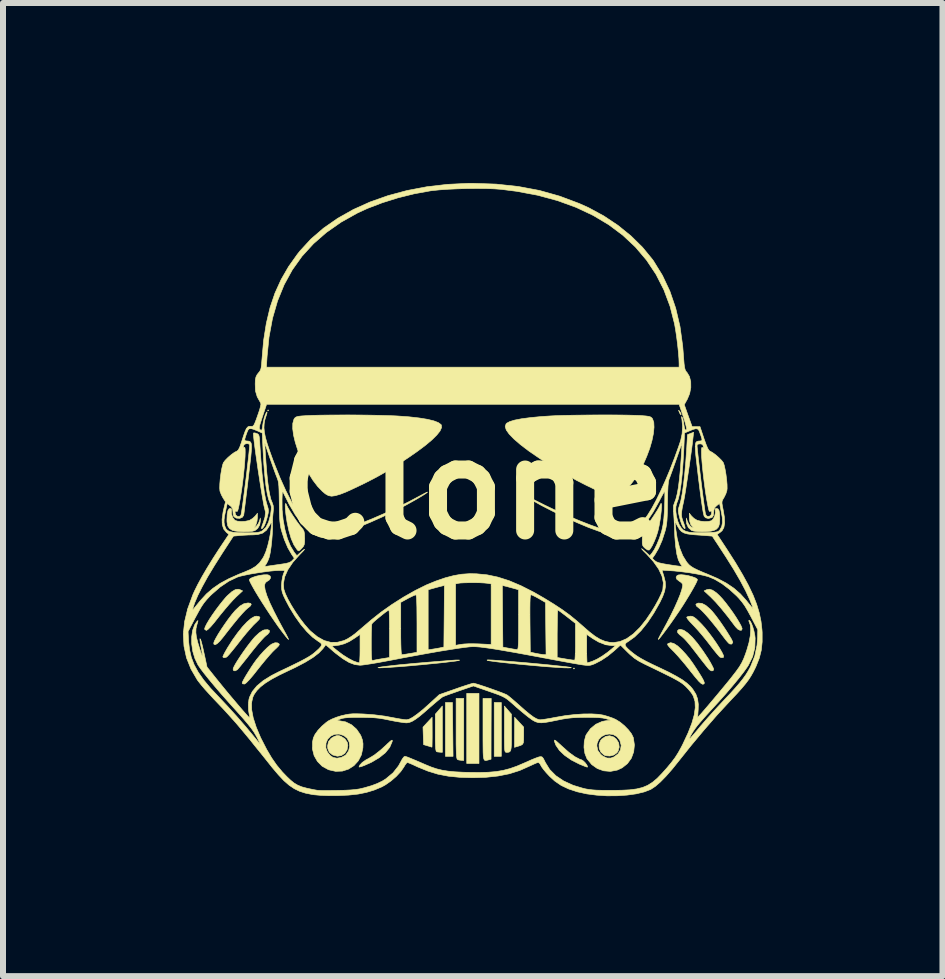
<source format=kicad_pcb>
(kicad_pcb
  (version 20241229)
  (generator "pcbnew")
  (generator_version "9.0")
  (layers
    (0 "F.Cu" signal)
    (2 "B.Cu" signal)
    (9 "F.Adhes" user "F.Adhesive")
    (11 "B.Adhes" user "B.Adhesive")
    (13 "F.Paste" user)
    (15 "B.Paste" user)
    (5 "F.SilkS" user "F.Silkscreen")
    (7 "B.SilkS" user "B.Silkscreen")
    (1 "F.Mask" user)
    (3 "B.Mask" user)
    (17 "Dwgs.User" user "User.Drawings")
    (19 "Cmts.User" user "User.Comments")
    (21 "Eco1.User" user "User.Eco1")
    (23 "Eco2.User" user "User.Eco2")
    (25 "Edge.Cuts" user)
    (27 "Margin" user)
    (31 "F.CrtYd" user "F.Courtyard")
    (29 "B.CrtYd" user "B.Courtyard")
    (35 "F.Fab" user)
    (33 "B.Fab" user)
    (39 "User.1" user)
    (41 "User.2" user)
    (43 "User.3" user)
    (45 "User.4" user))
  (footprint "Clone"
    (layer "F.Cu")
    (at 4.83 5.101)
    (property "Reference" "Clone" (at 0 0 0) (layer "F.SilkS") (effects (font (size 1.524 1.524) (thickness 0.3))))
    (attr through_hole)
    (fp_poly (pts (xy -3.404 -1.312) (xy -3.412 -1.304) (xy -3.421 -1.312) (xy -3.412 -1.321) (xy -3.404 -1.312)) (stroke (width 0.01) (type solid)) (fill yes) (layer "F.SilkS"))
    (fp_poly (pts (xy 0.102 4.572) (xy -0.102 4.572) (xy -0.102 3.404) (xy 0.102 3.404) (xy 0.102 4.572)) (stroke (width 0.01) (type solid)) (fill yes) (layer "F.SilkS"))
    (fp_poly (pts (xy 0.474 4.453) (xy 0.356 4.453) (xy 0.356 3.556) (xy 0.474 3.556) (xy 0.474 4.453)) (stroke (width 0.01) (type solid)) (fill yes) (layer "F.SilkS"))
    (fp_poly (pts (xy 1.693 2.989) (xy 1.685 2.997) (xy 1.676 2.989) (xy 1.685 2.98) (xy 1.693 2.989)) (stroke (width 0.01) (type solid)) (fill yes) (layer "F.SilkS"))
    (fp_poly (pts (xy -0.335 4.005) (xy -0.33 4.453) (xy -0.394 4.453) (xy -0.457 4.453) (xy -0.457 3.556) (xy -0.34 3.556) (xy -0.335 4.005)) (stroke (width 0.01) (type solid)) (fill yes) (layer "F.SilkS"))
    (fp_poly (pts (xy 3.446 -1.296) (xy 3.466 -1.266) (xy 3.471 -1.25) (xy 3.467 -1.237) (xy 3.453 -1.255) (xy 3.44 -1.283) (xy 3.428 -1.313) (xy 3.43 -1.315) (xy 3.446 -1.296)) (stroke (width 0.01) (type solid)) (fill yes) (layer "F.SilkS"))
    (fp_poly (pts (xy -0.508 4.386) (xy -0.546 4.384) (xy -0.586 4.38) (xy -0.605 4.375) (xy -0.613 4.362) (xy -0.619 4.33) (xy -0.623 4.275) (xy -0.626 4.193) (xy -0.626 4.081) (xy -0.626 4.058) (xy -0.626 3.751) (xy -0.509 3.615) (xy -0.508 4.386)) (stroke (width 0.01) (type solid)) (fill yes) (layer "F.SilkS"))
    (fp_poly (pts (xy 0.771 3.884) (xy 0.847 3.966) (xy 0.847 4.108) (xy 0.846 4.179) (xy 0.842 4.224) (xy 0.829 4.251) (xy 0.803 4.268) (xy 0.757 4.284) (xy 0.732 4.291) (xy 0.694 4.303) (xy 0.695 4.052) (xy 0.696 3.802) (xy 0.771 3.884)) (stroke (width 0.01) (type solid)) (fill yes) (layer "F.SilkS"))
    (fp_poly (pts (xy -0.678 4.051) (xy -0.678 4.139) (xy -0.679 4.213) (xy -0.68 4.267) (xy -0.681 4.296) (xy -0.682 4.3) (xy -0.699 4.295) (xy -0.737 4.283) (xy -0.754 4.278) (xy -0.821 4.258) (xy -0.826 4.112) (xy -0.831 3.967) (xy -0.755 3.884) (xy -0.679 3.802) (xy -0.678 4.051)) (stroke (width 0.01) (type solid)) (fill yes) (layer "F.SilkS"))
    (fp_poly (pts (xy -0.216 3.488) (xy -0.152 3.488) (xy -0.152 4.521) (xy -0.191 4.52) (xy -0.233 4.514) (xy -0.254 4.507) (xy -0.261 4.5) (xy -0.267 4.483) (xy -0.272 4.453) (xy -0.275 4.407) (xy -0.277 4.34) (xy -0.279 4.25) (xy -0.279 4.133) (xy -0.279 3.992) (xy -0.279 3.488) (xy -0.216 3.488)) (stroke (width 0.01) (type solid)) (fill yes) (layer "F.SilkS"))
    (fp_poly (pts (xy 0.304 3.995) (xy 0.303 4.501) (xy 0.266 4.511) (xy 0.239 4.518) (xy 0.217 4.523) (xy 0.201 4.521) (xy 0.189 4.51) (xy 0.18 4.485) (xy 0.174 4.444) (xy 0.171 4.384) (xy 0.17 4.301) (xy 0.169 4.191) (xy 0.169 4.052) (xy 0.169 4.005) (xy 0.169 3.488) (xy 0.306 3.488) (xy 0.304 3.995)) (stroke (width 0.01) (type solid)) (fill yes) (layer "F.SilkS"))
    (fp_poly (pts (xy 2.346 4.13) (xy 2.392 4.167) (xy 2.43 4.23) (xy 2.439 4.299) (xy 2.42 4.366) (xy 2.4 4.394) (xy 2.349 4.431) (xy 2.283 4.448) (xy 2.217 4.443) (xy 2.186 4.431) (xy 2.133 4.383) (xy 2.105 4.32) (xy 2.103 4.253) (xy 2.129 4.188) (xy 2.149 4.164) (xy 2.213 4.121) (xy 2.28 4.11) (xy 2.346 4.13)) (stroke (width 0.01) (type solid)) (fill yes) (layer "F.SilkS"))
    (fp_poly (pts (xy -2.225 4.11) (xy -2.195 4.121) (xy -2.132 4.162) (xy -2.093 4.219) (xy -2.083 4.27) (xy -2.097 4.346) (xy -2.135 4.404) (xy -2.191 4.44) (xy -2.258 4.451) (xy -2.33 4.432) (xy -2.341 4.427) (xy -2.392 4.385) (xy -2.417 4.327) (xy -2.421 4.281) (xy -2.406 4.209) (xy -2.361 4.152) (xy -2.309 4.121) (xy -2.264 4.107) (xy -2.225 4.11)) (stroke (width 0.01) (type solid)) (fill yes) (layer "F.SilkS"))
    (fp_poly (pts (xy 0.643 3.751) (xy 0.643 4.058) (xy 0.643 4.171) (xy 0.642 4.254) (xy 0.638 4.313) (xy 0.631 4.351) (xy 0.619 4.372) (xy 0.602 4.383) (xy 0.577 4.386) (xy 0.557 4.386) (xy 0.547 4.384) (xy 0.539 4.377) (xy 0.533 4.36) (xy 0.529 4.329) (xy 0.527 4.281) (xy 0.526 4.21) (xy 0.525 4.113) (xy 0.526 4) (xy 0.526 3.615) (xy 0.643 3.751)) (stroke (width 0.01) (type solid)) (fill yes) (layer "F.SilkS"))
    (fp_poly (pts (xy -1.343 4.199) (xy -1.345 4.208) (xy -1.385 4.302) (xy -1.457 4.392) (xy -1.56 4.475) (xy -1.69 4.552) (xy -1.811 4.606) (xy -1.858 4.623) (xy -1.889 4.631) (xy -1.897 4.63) (xy -1.882 4.596) (xy -1.842 4.554) (xy -1.783 4.513) (xy -1.734 4.487) (xy -1.643 4.432) (xy -1.54 4.351) (xy -1.479 4.296) (xy -1.418 4.239) (xy -1.377 4.202) (xy -1.353 4.185) (xy -1.343 4.185) (xy -1.343 4.199)) (stroke (width 0.01) (type solid)) (fill yes) (layer "F.SilkS"))
    (fp_poly (pts (xy 1.381 4.191) (xy 1.414 4.22) (xy 1.467 4.268) (xy 1.487 4.286) (xy 1.599 4.386) (xy 1.698 4.458) (xy 1.781 4.502) (xy 1.813 4.512) (xy 1.84 4.529) (xy 1.871 4.559) (xy 1.897 4.593) (xy 1.911 4.622) (xy 1.909 4.633) (xy 1.892 4.629) (xy 1.852 4.614) (xy 1.796 4.591) (xy 1.772 4.581) (xy 1.641 4.514) (xy 1.53 4.437) (xy 1.443 4.355) (xy 1.384 4.269) (xy 1.361 4.208) (xy 1.358 4.188) (xy 1.363 4.182) (xy 1.381 4.191)) (stroke (width 0.01) (type solid)) (fill yes) (layer "F.SilkS"))
    (fp_poly (pts (xy 3.994 1.684) (xy 4.056 1.726) (xy 4.107 1.773) (xy 4.157 1.826) (xy 4.214 1.895) (xy 4.273 1.973) (xy 4.333 2.056) (xy 4.387 2.137) (xy 4.433 2.212) (xy 4.467 2.273) (xy 4.485 2.317) (xy 4.487 2.329) (xy 4.477 2.351) (xy 4.451 2.352) (xy 4.415 2.333) (xy 4.379 2.296) (xy 4.374 2.29) (xy 4.25 2.126) (xy 4.141 1.991) (xy 4.047 1.883) (xy 3.968 1.802) (xy 3.966 1.8) (xy 3.854 1.696) (xy 3.897 1.676) (xy 3.943 1.668) (xy 3.994 1.684)) (stroke (width 0.01) (type solid)) (fill yes) (layer "F.SilkS"))
    (fp_poly (pts (xy -3.88 1.676) (xy -3.837 1.696) (xy -3.949 1.8) (xy -3.999 1.851) (xy -4.063 1.922) (xy -4.133 2.004) (xy -4.204 2.09) (xy -4.235 2.129) (xy -4.308 2.222) (xy -4.367 2.291) (xy -4.411 2.335) (xy -4.437 2.353) (xy -4.439 2.354) (xy -4.465 2.342) (xy -4.47 2.328) (xy -4.46 2.295) (xy -4.432 2.24) (xy -4.391 2.171) (xy -4.339 2.092) (xy -4.281 2.01) (xy -4.22 1.929) (xy -4.161 1.855) (xy -4.108 1.793) (xy -4.087 1.772) (xy -4.017 1.71) (xy -3.96 1.676) (xy -3.912 1.668) (xy -3.88 1.676)) (stroke (width 0.01) (type solid)) (fill yes) (layer "F.SilkS"))
    (fp_poly (pts (xy -3.703 1.904) (xy -3.693 1.923) (xy -3.713 1.953) (xy -3.752 1.983) (xy -3.788 2.015) (xy -3.842 2.072) (xy -3.912 2.152) (xy -3.994 2.252) (xy -4.088 2.371) (xy -4.166 2.472) (xy -4.22 2.536) (xy -4.264 2.577) (xy -4.296 2.593) (xy -4.315 2.584) (xy -4.318 2.565) (xy -4.308 2.533) (xy -4.281 2.481) (xy -4.241 2.412) (xy -4.191 2.334) (xy -4.135 2.251) (xy -4.077 2.169) (xy -4.02 2.094) (xy -3.968 2.032) (xy -3.955 2.018) (xy -3.883 1.95) (xy -3.816 1.91) (xy -3.749 1.897) (xy -3.743 1.897) (xy -3.703 1.904)) (stroke (width 0.01) (type solid)) (fill yes) (layer "F.SilkS"))
    (fp_poly (pts (xy 3.515 2.352) (xy 3.581 2.397) (xy 3.657 2.469) (xy 3.741 2.568) (xy 3.831 2.691) (xy 3.917 2.82) (xy 3.957 2.886) (xy 3.988 2.944) (xy 4.008 2.985) (xy 4.013 3.002) (xy 4.002 3.027) (xy 3.974 3.028) (xy 3.943 3.01) (xy 3.924 2.99) (xy 3.889 2.947) (xy 3.842 2.888) (xy 3.787 2.818) (xy 3.756 2.777) (xy 3.677 2.675) (xy 3.615 2.596) (xy 3.564 2.536) (xy 3.522 2.491) (xy 3.484 2.456) (xy 3.447 2.428) (xy 3.414 2.393) (xy 3.409 2.362) (xy 3.431 2.341) (xy 3.46 2.337) (xy 3.515 2.352)) (stroke (width 0.01) (type solid)) (fill yes) (layer "F.SilkS"))
    (fp_poly (pts (xy -3.563 2.123) (xy -3.548 2.141) (xy -3.562 2.172) (xy -3.607 2.218) (xy -3.619 2.229) (xy -3.658 2.267) (xy -3.711 2.326) (xy -3.775 2.4) (xy -3.842 2.482) (xy -3.892 2.546) (xy -3.954 2.625) (xy -4.01 2.694) (xy -4.057 2.75) (xy -4.091 2.787) (xy -4.108 2.801) (xy -4.148 2.81) (xy -4.165 2.798) (xy -4.166 2.792) (xy -4.157 2.77) (xy -4.135 2.726) (xy -4.103 2.67) (xy -4.088 2.644) (xy -4.004 2.512) (xy -3.92 2.395) (xy -3.839 2.294) (xy -3.763 2.213) (xy -3.695 2.155) (xy -3.638 2.123) (xy -3.609 2.117) (xy -3.563 2.123)) (stroke (width 0.01) (type solid)) (fill yes) (layer "F.SilkS"))
    (fp_poly (pts (xy -3.391 2.355) (xy -3.39 2.382) (xy -3.418 2.418) (xy -3.447 2.44) (xy -3.476 2.467) (xy -3.521 2.515) (xy -3.578 2.58) (xy -3.641 2.656) (xy -3.704 2.735) (xy -3.767 2.816) (xy -3.825 2.888) (xy -3.873 2.948) (xy -3.908 2.99) (xy -3.926 3.01) (xy -3.926 3.01) (xy -3.963 3.029) (xy -3.988 3.023) (xy -3.996 3) (xy -3.986 2.97) (xy -3.96 2.92) (xy -3.92 2.854) (xy -3.87 2.778) (xy -3.815 2.698) (xy -3.758 2.619) (xy -3.703 2.547) (xy -3.654 2.487) (xy -3.627 2.457) (xy -3.561 2.396) (xy -3.504 2.357) (xy -3.476 2.346) (xy -3.42 2.342) (xy -3.391 2.355)) (stroke (width 0.01) (type solid)) (fill yes) (layer "F.SilkS"))
    (fp_poly (pts (xy -3.113 0.246) (xy -3.101 0.273) (xy -3.081 0.313) (xy -3.045 0.373) (xy -3 0.442) (xy -2.952 0.513) (xy -2.905 0.578) (xy -2.865 0.629) (xy -2.861 0.633) (xy -2.831 0.67) (xy -2.814 0.703) (xy -2.806 0.744) (xy -2.804 0.805) (xy -2.803 0.817) (xy -2.804 0.882) (xy -2.81 0.924) (xy -2.823 0.953) (xy -2.847 0.982) (xy -2.85 0.985) (xy -2.883 1.018) (xy -2.902 1.029) (xy -2.916 1.023) (xy -2.933 1.003) (xy -2.982 0.929) (xy -3.027 0.826) (xy -3.065 0.697) (xy -3.097 0.547) (xy -3.116 0.417) (xy -3.125 0.327) (xy -3.127 0.269) (xy -3.124 0.241) (xy -3.113 0.246)) (stroke (width 0.01) (type solid)) (fill yes) (layer "F.SilkS"))
    (fp_poly (pts (xy 3.35 2.573) (xy 3.413 2.614) (xy 3.488 2.685) (xy 3.49 2.687) (xy 3.553 2.756) (xy 3.61 2.825) (xy 3.666 2.903) (xy 3.728 2.997) (xy 3.766 3.056) (xy 3.814 3.134) (xy 3.844 3.189) (xy 3.857 3.224) (xy 3.854 3.244) (xy 3.837 3.251) (xy 3.828 3.251) (xy 3.803 3.238) (xy 3.762 3.199) (xy 3.705 3.132) (xy 3.629 3.038) (xy 3.621 3.027) (xy 3.553 2.941) (xy 3.482 2.856) (xy 3.415 2.779) (xy 3.358 2.717) (xy 3.337 2.696) (xy 3.284 2.643) (xy 3.254 2.608) (xy 3.244 2.587) (xy 3.251 2.574) (xy 3.252 2.573) (xy 3.297 2.559) (xy 3.35 2.573)) (stroke (width 0.01) (type solid)) (fill yes) (layer "F.SilkS"))
    (fp_poly (pts (xy 3.817 1.904) (xy 3.881 1.937) (xy 3.953 1.999) (xy 3.983 2.03) (xy 4.024 2.079) (xy 4.073 2.143) (xy 4.127 2.217) (xy 4.181 2.296) (xy 4.231 2.372) (xy 4.275 2.443) (xy 4.309 2.5) (xy 4.328 2.541) (xy 4.331 2.555) (xy 4.314 2.582) (xy 4.283 2.581) (xy 4.266 2.57) (xy 4.243 2.546) (xy 4.208 2.504) (xy 4.168 2.451) (xy 4.165 2.447) (xy 4.088 2.345) (xy 4.01 2.247) (xy 3.936 2.157) (xy 3.869 2.081) (xy 3.813 2.023) (xy 3.773 1.986) (xy 3.768 1.983) (xy 3.726 1.948) (xy 3.716 1.921) (xy 3.738 1.904) (xy 3.758 1.899) (xy 3.817 1.904)) (stroke (width 0.01) (type solid)) (fill yes) (layer "F.SilkS"))
    (fp_poly (pts (xy -3.257 2.562) (xy -3.234 2.574) (xy -3.225 2.587) (xy -3.233 2.607) (xy -3.262 2.638) (xy -3.298 2.672) (xy -3.339 2.712) (xy -3.394 2.773) (xy -3.458 2.848) (xy -3.527 2.932) (xy -3.579 2.997) (xy -3.662 3.102) (xy -3.728 3.179) (xy -3.775 3.227) (xy -3.804 3.248) (xy -3.807 3.248) (xy -3.837 3.244) (xy -3.844 3.23) (xy -3.835 3.205) (xy -3.811 3.159) (xy -3.776 3.099) (xy -3.733 3.03) (xy -3.688 2.959) (xy -3.644 2.894) (xy -3.604 2.839) (xy -3.604 2.839) (xy -3.545 2.767) (xy -3.483 2.698) (xy -3.423 2.639) (xy -3.372 2.596) (xy -3.349 2.581) (xy -3.297 2.56) (xy -3.257 2.562)) (stroke (width 0.01) (type solid)) (fill yes) (layer "F.SilkS"))
    (fp_poly (pts (xy -0.221 2.85) (xy -0.222 2.852) (xy -0.242 2.857) (xy -0.292 2.866) (xy -0.367 2.875) (xy -0.463 2.887) (xy -0.574 2.899) (xy -0.697 2.911) (xy -0.826 2.924) (xy -0.959 2.936) (xy -1.089 2.948) (xy -1.213 2.958) (xy -1.327 2.966) (xy -1.425 2.973) (xy -1.503 2.977) (xy -1.557 2.978) (xy -1.563 2.978) (xy -1.581 2.976) (xy -1.567 2.971) (xy -1.523 2.963) (xy -1.45 2.953) (xy -1.389 2.946) (xy -1.302 2.936) (xy -1.211 2.926) (xy -1.111 2.917) (xy -0.998 2.906) (xy -0.867 2.895) (xy -0.715 2.882) (xy -0.538 2.868) (xy -0.339 2.852) (xy -0.28 2.848) (xy -0.238 2.848) (xy -0.221 2.85)) (stroke (width 0.01) (type solid)) (fill yes) (layer "F.SilkS"))
    (fp_poly (pts (xy 3.656 2.12) (xy 3.685 2.134) (xy 3.721 2.161) (xy 3.769 2.207) (xy 3.818 2.257) (xy 3.873 2.319) (xy 3.934 2.396) (xy 3.997 2.48) (xy 4.057 2.566) (xy 4.109 2.647) (xy 4.15 2.717) (xy 4.175 2.769) (xy 4.178 2.78) (xy 4.175 2.805) (xy 4.146 2.808) (xy 4.119 2.8) (xy 4.102 2.784) (xy 4.068 2.745) (xy 4.023 2.69) (xy 3.97 2.622) (xy 3.942 2.585) (xy 3.876 2.501) (xy 3.805 2.415) (xy 3.737 2.337) (xy 3.68 2.275) (xy 3.67 2.265) (xy 3.621 2.214) (xy 3.585 2.172) (xy 3.566 2.142) (xy 3.564 2.134) (xy 3.587 2.122) (xy 3.628 2.117) (xy 3.629 2.117) (xy 3.656 2.12)) (stroke (width 0.01) (type solid)) (fill yes) (layer "F.SilkS"))
    (fp_poly (pts (xy 3.142 0.242) (xy 3.145 0.269) (xy 3.143 0.315) (xy 3.138 0.376) (xy 3.13 0.447) (xy 3.119 0.522) (xy 3.106 0.599) (xy 3.091 0.671) (xy 3.08 0.715) (xy 3.054 0.794) (xy 3.022 0.873) (xy 2.989 0.943) (xy 2.957 0.995) (xy 2.939 1.015) (xy 2.914 1.015) (xy 2.874 0.988) (xy 2.87 0.985) (xy 2.844 0.96) (xy 2.829 0.935) (xy 2.823 0.902) (xy 2.823 0.85) (xy 2.824 0.815) (xy 2.828 0.748) (xy 2.837 0.702) (xy 2.854 0.666) (xy 2.883 0.625) (xy 2.895 0.612) (xy 2.935 0.559) (xy 2.982 0.494) (xy 3.029 0.423) (xy 3.072 0.356) (xy 3.105 0.299) (xy 3.122 0.264) (xy 3.134 0.239) (xy 3.142 0.242)) (stroke (width 0.01) (type solid)) (fill yes) (layer "F.SilkS"))
    (fp_poly (pts (xy 0.284 2.847) (xy 0.331 2.849) (xy 0.4 2.854) (xy 0.496 2.862) (xy 0.61 2.87) (xy 0.727 2.88) (xy 0.853 2.89) (xy 0.982 2.902) (xy 1.112 2.914) (xy 1.237 2.926) (xy 1.353 2.938) (xy 1.455 2.949) (xy 1.539 2.958) (xy 1.601 2.966) (xy 1.635 2.972) (xy 1.641 2.973) (xy 1.631 2.978) (xy 1.591 2.979) (xy 1.524 2.978) (xy 1.434 2.973) (xy 1.325 2.966) (xy 1.199 2.957) (xy 1.075 2.946) (xy 0.919 2.932) (xy 0.771 2.918) (xy 0.634 2.904) (xy 0.511 2.891) (xy 0.407 2.879) (xy 0.325 2.868) (xy 0.269 2.86) (xy 0.241 2.854) (xy 0.24 2.853) (xy 0.237 2.849) (xy 0.241 2.847) (xy 0.255 2.846) (xy 0.284 2.847)) (stroke (width 0.01) (type solid)) (fill yes) (layer "F.SilkS"))
    (fp_poly (pts (xy -3.41 1.43) (xy -3.377 1.45) (xy -3.371 1.48) (xy -3.392 1.513) (xy -3.421 1.532) (xy -3.457 1.558) (xy -3.47 1.594) (xy -3.471 1.617) (xy -3.461 1.683) (xy -3.432 1.776) (xy -3.383 1.895) (xy -3.314 2.039) (xy -3.227 2.208) (xy -3.141 2.366) (xy -3.108 2.426) (xy -3.084 2.474) (xy -3.072 2.501) (xy -3.072 2.506) (xy -3.085 2.494) (xy -3.114 2.46) (xy -3.153 2.41) (xy -3.182 2.372) (xy -3.242 2.292) (xy -3.307 2.198) (xy -3.376 2.097) (xy -3.446 1.991) (xy -3.513 1.887) (xy -3.576 1.786) (xy -3.631 1.695) (xy -3.675 1.617) (xy -3.707 1.557) (xy -3.724 1.518) (xy -3.725 1.509) (xy -3.71 1.49) (xy -3.669 1.471) (xy -3.613 1.452) (xy -3.548 1.437) (xy -3.485 1.428) (xy -3.431 1.427) (xy -3.41 1.43)) (stroke (width 0.01) (type solid)) (fill yes) (layer "F.SilkS"))
    (fp_poly (pts (xy 3.667 -0.842) (xy 3.658 -0.762) (xy 3.645 -0.661) (xy 3.629 -0.545) (xy 3.611 -0.42) (xy 3.592 -0.291) (xy 3.573 -0.165) (xy 3.555 -0.047) (xy 3.539 0.057) (xy 3.525 0.14) (xy 3.514 0.198) (xy 3.512 0.209) (xy 3.491 0.302) (xy 3.48 0.372) (xy 3.476 0.426) (xy 3.482 0.472) (xy 3.496 0.519) (xy 3.51 0.557) (xy 3.531 0.615) (xy 3.538 0.65) (xy 3.531 0.66) (xy 3.512 0.642) (xy 3.497 0.621) (xy 3.48 0.585) (xy 3.46 0.528) (xy 3.443 0.467) (xy 3.429 0.404) (xy 3.423 0.361) (xy 3.427 0.324) (xy 3.44 0.281) (xy 3.443 0.274) (xy 3.467 0.187) (xy 3.49 0.068) (xy 3.511 -0.081) (xy 3.531 -0.26) (xy 3.549 -0.467) (xy 3.565 -0.7) (xy 3.566 -0.721) (xy 3.577 -0.908) (xy 3.628 -0.928) (xy 3.679 -0.947) (xy 3.667 -0.842)) (stroke (width 0.01) (type solid)) (fill yes) (layer "F.SilkS"))
    (fp_poly (pts (xy -4.022 0.329) (xy -4.021 0.356) (xy -4.022 0.36) (xy -4.022 0.415) (xy -4.002 0.473) (xy -3.968 0.517) (xy -3.966 0.519) (xy -3.925 0.534) (xy -3.864 0.54) (xy -3.797 0.537) (xy -3.735 0.524) (xy -3.719 0.519) (xy -3.669 0.488) (xy -3.627 0.449) (xy -3.59 0.402) (xy -3.59 0.473) (xy -3.597 0.533) (xy -3.614 0.59) (xy -3.618 0.598) (xy -3.645 0.652) (xy -3.609 0.619) (xy -3.577 0.579) (xy -3.557 0.535) (xy -3.542 0.483) (xy -3.541 0.53) (xy -3.552 0.597) (xy -3.586 0.655) (xy -3.632 0.691) (xy -3.678 0.703) (xy -3.746 0.709) (xy -3.825 0.71) (xy -3.903 0.706) (xy -3.97 0.697) (xy -4.008 0.687) (xy -4.057 0.656) (xy -4.085 0.612) (xy -4.097 0.547) (xy -4.098 0.511) (xy -4.094 0.419) (xy -4.082 0.359) (xy -4.062 0.327) (xy -4.045 0.322) (xy -4.022 0.329)) (stroke (width 0.01) (type solid)) (fill yes) (layer "F.SilkS"))
    (fp_poly (pts (xy 3.532 1.432) (xy 3.597 1.444) (xy 3.659 1.461) (xy 3.709 1.48) (xy 3.738 1.5) (xy 3.742 1.509) (xy 3.733 1.537) (xy 3.707 1.59) (xy 3.667 1.663) (xy 3.614 1.754) (xy 3.55 1.859) (xy 3.5 1.939) (xy 3.455 2.008) (xy 3.402 2.086) (xy 3.345 2.169) (xy 3.286 2.253) (xy 3.229 2.331) (xy 3.177 2.401) (xy 3.135 2.456) (xy 3.105 2.493) (xy 3.09 2.506) (xy 3.09 2.506) (xy 3.093 2.493) (xy 3.11 2.457) (xy 3.138 2.405) (xy 3.15 2.383) (xy 3.228 2.24) (xy 3.3 2.101) (xy 3.363 1.972) (xy 3.415 1.855) (xy 3.456 1.754) (xy 3.483 1.672) (xy 3.496 1.613) (xy 3.495 1.584) (xy 3.473 1.557) (xy 3.435 1.531) (xy 3.435 1.531) (xy 3.398 1.501) (xy 3.387 1.468) (xy 3.403 1.441) (xy 3.427 1.43) (xy 3.472 1.426) (xy 3.532 1.432)) (stroke (width 0.01) (type solid)) (fill yes) (layer "F.SilkS"))
    (fp_poly (pts (xy -3.622 -0.934) (xy -3.609 -0.929) (xy -3.587 -0.921) (xy -3.573 -0.909) (xy -3.563 -0.887) (xy -3.557 -0.848) (xy -3.552 -0.787) (xy -3.549 -0.731) (xy -3.532 -0.484) (xy -3.514 -0.269) (xy -3.494 -0.087) (xy -3.474 0.062) (xy -3.452 0.18) (xy -3.428 0.267) (xy -3.426 0.274) (xy -3.412 0.319) (xy -3.407 0.355) (xy -3.41 0.397) (xy -3.424 0.457) (xy -3.426 0.467) (xy -3.451 0.55) (xy -3.477 0.613) (xy -3.503 0.651) (xy -3.521 0.66) (xy -3.522 0.646) (xy -3.513 0.61) (xy -3.495 0.563) (xy -3.464 0.466) (xy -3.456 0.384) (xy -3.473 0.31) (xy -3.481 0.279) (xy -3.492 0.218) (xy -3.507 0.135) (xy -3.524 0.032) (xy -3.543 -0.084) (xy -3.562 -0.209) (xy -3.582 -0.338) (xy -3.6 -0.466) (xy -3.618 -0.588) (xy -3.633 -0.699) (xy -3.645 -0.794) (xy -3.653 -0.868) (xy -3.657 -0.916) (xy -3.658 -0.925) (xy -3.65 -0.938) (xy -3.622 -0.934)) (stroke (width 0.01) (type solid)) (fill yes) (layer "F.SilkS"))
    (fp_poly (pts (xy 4.086 0.33) (xy 4.103 0.359) (xy 4.112 0.413) (xy 4.115 0.496) (xy 4.115 0.496) (xy 4.11 0.575) (xy 4.094 0.629) (xy 4.062 0.665) (xy 4.021 0.687) (xy 3.97 0.7) (xy 3.9 0.708) (xy 3.821 0.71) (xy 3.744 0.708) (xy 3.68 0.699) (xy 3.643 0.688) (xy 3.591 0.641) (xy 3.562 0.575) (xy 3.558 0.533) (xy 3.559 0.483) (xy 3.573 0.531) (xy 3.595 0.58) (xy 3.626 0.62) (xy 3.657 0.642) (xy 3.664 0.643) (xy 3.674 0.638) (xy 3.664 0.631) (xy 3.631 0.59) (xy 3.611 0.527) (xy 3.607 0.473) (xy 3.607 0.402) (xy 3.644 0.449) (xy 3.686 0.489) (xy 3.736 0.519) (xy 3.795 0.534) (xy 3.864 0.541) (xy 3.93 0.538) (xy 3.978 0.526) (xy 3.979 0.525) (xy 4.008 0.494) (xy 4.031 0.445) (xy 4.042 0.391) (xy 4.039 0.356) (xy 4.037 0.329) (xy 4.061 0.322) (xy 4.061 0.322) (xy 4.086 0.33)) (stroke (width 0.01) (type solid)) (fill yes) (layer "F.SilkS"))
    (fp_poly (pts (xy 2.288 -1.236) (xy 2.439 -1.235) (xy 2.575 -1.233) (xy 2.692 -1.23) (xy 2.782 -1.227) (xy 2.81 -1.225) (xy 2.884 -1.219) (xy 2.933 -1.212) (xy 2.963 -1.202) (xy 2.982 -1.187) (xy 2.994 -1.172) (xy 3.015 -1.113) (xy 3.019 -1.031) (xy 3.009 -0.928) (xy 2.985 -0.81) (xy 2.948 -0.681) (xy 2.898 -0.547) (xy 2.852 -0.441) (xy 2.781 -0.302) (xy 2.712 -0.186) (xy 2.636 -0.085) (xy 2.548 0.013) (xy 2.49 0.069) (xy 2.441 0.103) (xy 2.392 0.118) (xy 2.333 0.113) (xy 2.256 0.093) (xy 2.227 0.084) (xy 2.132 0.049) (xy 2.015 -0.003) (xy 1.881 -0.068) (xy 1.734 -0.143) (xy 1.581 -0.227) (xy 1.427 -0.316) (xy 1.276 -0.407) (xy 1.135 -0.497) (xy 1.109 -0.514) (xy 0.937 -0.632) (xy 0.796 -0.739) (xy 0.686 -0.834) (xy 0.606 -0.916) (xy 0.557 -0.985) (xy 0.539 -1.042) (xy 0.553 -1.086) (xy 0.565 -1.099) (xy 0.616 -1.126) (xy 0.699 -1.151) (xy 0.814 -1.173) (xy 0.96 -1.192) (xy 1.135 -1.209) (xy 1.287 -1.219) (xy 1.384 -1.224) (xy 1.506 -1.228) (xy 1.647 -1.231) (xy 1.801 -1.233) (xy 1.963 -1.235) (xy 2.127 -1.236) (xy 2.288 -1.236)) (stroke (width 0.01) (type solid)) (fill yes) (layer "F.SilkS"))
    (fp_poly (pts (xy -1.915 -1.235) (xy -1.746 -1.233) (xy -1.587 -1.23) (xy -1.443 -1.226) (xy -1.319 -1.222) (xy -1.259 -1.219) (xy -1.064 -1.205) (xy -0.897 -1.186) (xy -0.76 -1.164) (xy -0.652 -1.138) (xy -0.576 -1.109) (xy -0.532 -1.077) (xy -0.525 -1.068) (xy -0.522 -1.025) (xy -0.547 -0.969) (xy -0.601 -0.901) (xy -0.682 -0.821) (xy -0.789 -0.731) (xy -0.921 -0.632) (xy -1.076 -0.524) (xy -1.253 -0.409) (xy -1.452 -0.288) (xy -1.487 -0.267) (xy -1.572 -0.219) (xy -1.673 -0.165) (xy -1.784 -0.108) (xy -1.897 -0.053) (xy -2.005 -0.002) (xy -2.101 0.042) (xy -2.178 0.073) (xy -2.207 0.084) (xy -2.291 0.109) (xy -2.354 0.118) (xy -2.407 0.108) (xy -2.458 0.079) (xy -2.507 0.038) (xy -2.586 -0.044) (xy -2.664 -0.146) (xy -2.737 -0.262) (xy -2.805 -0.387) (xy -2.866 -0.519) (xy -2.918 -0.65) (xy -2.959 -0.779) (xy -2.988 -0.899) (xy -3.002 -1.006) (xy -3.001 -1.095) (xy -2.982 -1.163) (xy -2.976 -1.174) (xy -2.961 -1.192) (xy -2.941 -1.204) (xy -2.909 -1.213) (xy -2.858 -1.219) (xy -2.781 -1.224) (xy -2.767 -1.225) (xy -2.674 -1.229) (xy -2.553 -1.232) (xy -2.411 -1.234) (xy -2.253 -1.235) (xy -2.085 -1.236) (xy -1.915 -1.235)) (stroke (width 0.01) (type solid)) (fill yes) (layer "F.SilkS"))
    (fp_poly (pts (xy 0.036 3.24) (xy 0.088 3.255) (xy 0.158 3.278) (xy 0.239 3.305) (xy 0.324 3.335) (xy 0.407 3.365) (xy 0.48 3.392) (xy 0.537 3.415) (xy 0.57 3.43) (xy 0.572 3.432) (xy 0.599 3.452) (xy 0.645 3.49) (xy 0.703 3.54) (xy 0.767 3.596) (xy 0.866 3.684) (xy 0.946 3.75) (xy 1.009 3.797) (xy 1.059 3.826) (xy 1.099 3.841) (xy 1.124 3.844) (xy 1.161 3.84) (xy 1.222 3.831) (xy 1.3 3.818) (xy 1.385 3.801) (xy 1.389 3.801) (xy 1.539 3.775) (xy 1.693 3.757) (xy 1.842 3.747) (xy 1.98 3.746) (xy 2.099 3.753) (xy 2.173 3.766) (xy 2.25 3.788) (xy 2.33 3.816) (xy 2.38 3.838) (xy 2.453 3.883) (xy 2.526 3.943) (xy 2.592 4.011) (xy 2.644 4.079) (xy 2.673 4.139) (xy 2.674 4.141) (xy 2.692 4.263) (xy 2.68 4.378) (xy 2.641 4.484) (xy 2.576 4.574) (xy 2.488 4.644) (xy 2.407 4.682) (xy 2.292 4.704) (xy 2.179 4.694) (xy 2.074 4.656) (xy 1.981 4.59) (xy 1.906 4.498) (xy 1.9 4.489) (xy 1.867 4.405) (xy 1.852 4.306) (xy 1.853 4.279) (xy 2.066 4.279) (xy 2.083 4.356) (xy 2.131 4.421) (xy 2.166 4.449) (xy 2.234 4.481) (xy 2.299 4.482) (xy 2.353 4.462) (xy 2.42 4.411) (xy 2.46 4.345) (xy 2.472 4.27) (xy 2.451 4.192) (xy 2.448 4.184) (xy 2.401 4.125) (xy 2.341 4.091) (xy 2.273 4.081) (xy 2.206 4.092) (xy 2.145 4.123) (xy 2.097 4.173) (xy 2.07 4.238) (xy 2.066 4.279) (xy 1.853 4.279) (xy 1.857 4.204) (xy 1.88 4.113) (xy 1.891 4.089) (xy 1.961 3.991) (xy 2.05 3.918) (xy 2.154 3.872) (xy 2.205 3.862) (xy 2.294 3.85) (xy 2.218 3.826) (xy 2.167 3.815) (xy 2.092 3.807) (xy 1.992 3.804) (xy 1.88 3.803) (xy 1.761 3.805) (xy 1.664 3.81) (xy 1.577 3.819) (xy 1.49 3.833) (xy 1.407 3.85) (xy 1.294 3.873) (xy 1.207 3.888) (xy 1.141 3.894) (xy 1.088 3.89) (xy 1.041 3.875) (xy 0.996 3.85) (xy 0.944 3.813) (xy 0.938 3.809) (xy 0.876 3.76) (xy 0.8 3.697) (xy 0.722 3.631) (xy 0.679 3.592) (xy 0.624 3.544) (xy 0.58 3.507) (xy 0.539 3.479) (xy 0.494 3.455) (xy 0.439 3.431) (xy 0.365 3.404) (xy 0.271 3.371) (xy 0.009 3.28) (xy -0.228 3.361) (xy -0.315 3.392) (xy -0.393 3.419) (xy -0.455 3.442) (xy -0.494 3.458) (xy -0.502 3.461) (xy -0.527 3.479) (xy -0.572 3.515) (xy -0.631 3.564) (xy -0.697 3.621) (xy -0.718 3.639) (xy -0.816 3.725) (xy -0.895 3.791) (xy -0.958 3.837) (xy -1.009 3.868) (xy -1.052 3.886) (xy -1.093 3.894) (xy -1.111 3.895) (xy -1.155 3.891) (xy -1.222 3.881) (xy -1.304 3.867) (xy -1.39 3.85) (xy -1.483 3.831) (xy -1.564 3.818) (xy -1.645 3.81) (xy -1.735 3.806) (xy -1.847 3.804) (xy -1.871 3.804) (xy -1.983 3.804) (xy -2.068 3.807) (xy -2.13 3.812) (xy -2.176 3.82) (xy -2.21 3.831) (xy -2.251 3.848) (xy -2.262 3.856) (xy -2.247 3.859) (xy -2.227 3.86) (xy -2.12 3.879) (xy -2.022 3.927) (xy -1.938 4.001) (xy -1.874 4.095) (xy -1.863 4.118) (xy -1.84 4.182) (xy -1.831 4.242) (xy -1.833 4.312) (xy -1.858 4.429) (xy -1.909 4.528) (xy -1.982 4.608) (xy -2.072 4.666) (xy -2.175 4.699) (xy -2.287 4.703) (xy -2.402 4.677) (xy -2.411 4.673) (xy -2.512 4.617) (xy -2.59 4.538) (xy -2.645 4.442) (xy -2.673 4.332) (xy -2.672 4.31) (xy -2.45 4.31) (xy -2.45 4.312) (xy -2.424 4.38) (xy -2.377 4.44) (xy -2.328 4.472) (xy -2.265 4.484) (xy -2.194 4.472) (xy -2.131 4.439) (xy -2.113 4.424) (xy -2.07 4.36) (xy -2.053 4.288) (xy -2.061 4.216) (xy -2.094 4.153) (xy -2.15 4.107) (xy -2.15 4.107) (xy -2.228 4.082) (xy -2.303 4.086) (xy -2.368 4.115) (xy -2.418 4.165) (xy -2.447 4.231) (xy -2.45 4.31) (xy -2.672 4.31) (xy -2.672 4.214) (xy -2.658 4.146) (xy -2.63 4.087) (xy -2.581 4.019) (xy -2.517 3.951) (xy -2.445 3.889) (xy -2.407 3.862) (xy -2.349 3.832) (xy -2.272 3.801) (xy -2.192 3.776) (xy -2.183 3.774) (xy -2.118 3.759) (xy -2.06 3.749) (xy -1.999 3.744) (xy -1.925 3.744) (xy -1.829 3.747) (xy -1.812 3.748) (xy -1.64 3.761) (xy -1.467 3.783) (xy -1.372 3.801) (xy -1.286 3.817) (xy -1.208 3.831) (xy -1.146 3.84) (xy -1.108 3.844) (xy -1.107 3.844) (xy -1.062 3.834) (xy -1.003 3.803) (xy -0.927 3.749) (xy -0.832 3.673) (xy -0.718 3.571) (xy -0.707 3.561) (xy -0.559 3.425) (xy -0.289 3.33) (xy -0.198 3.298) (xy -0.116 3.271) (xy -0.05 3.25) (xy -0.006 3.237) (xy 0.009 3.234) (xy 0.036 3.24)) (stroke (width 0.01) (type solid)) (fill yes) (layer "F.SilkS"))
    (fp_poly (pts (xy 0.389 -5.083) (xy 0.758 -5.043) (xy 1.11 -4.977) (xy 1.447 -4.882) (xy 1.772 -4.76) (xy 1.93 -4.689) (xy 2.181 -4.553) (xy 2.417 -4.396) (xy 2.633 -4.221) (xy 2.826 -4.031) (xy 2.991 -3.83) (xy 3.01 -3.804) (xy 3.159 -3.562) (xy 3.283 -3.299) (xy 3.38 -3.015) (xy 3.452 -2.709) (xy 3.497 -2.382) (xy 3.506 -2.269) (xy 3.514 -2.165) (xy 3.52 -2.089) (xy 3.527 -2.036) (xy 3.535 -1.999) (xy 3.545 -1.974) (xy 3.559 -1.954) (xy 3.568 -1.945) (xy 3.609 -1.877) (xy 3.631 -1.791) (xy 3.632 -1.693) (xy 3.613 -1.593) (xy 3.574 -1.498) (xy 3.572 -1.495) (xy 3.523 -1.407) (xy 3.588 -1.224) (xy 3.654 -1.041) (xy 3.785 -1.041) (xy 3.851 -0.843) (xy 3.886 -0.746) (xy 3.913 -0.681) (xy 3.936 -0.644) (xy 3.949 -0.634) (xy 3.99 -0.612) (xy 4.043 -0.574) (xy 4.098 -0.526) (xy 4.145 -0.479) (xy 4.174 -0.441) (xy 4.174 -0.441) (xy 4.189 -0.396) (xy 4.204 -0.327) (xy 4.218 -0.245) (xy 4.229 -0.157) (xy 4.236 -0.076) (xy 4.237 -0.01) (xy 4.233 0.025) (xy 4.216 0.078) (xy 4.188 0.135) (xy 4.182 0.145) (xy 4.163 0.177) (xy 4.153 0.204) (xy 4.151 0.234) (xy 4.158 0.279) (xy 4.171 0.345) (xy 4.192 0.469) (xy 4.196 0.566) (xy 4.183 0.64) (xy 4.153 0.694) (xy 4.115 0.725) (xy 4.07 0.754) (xy 4.237 1.008) (xy 4.376 1.225) (xy 4.493 1.422) (xy 4.591 1.601) (xy 4.669 1.765) (xy 4.729 1.918) (xy 4.773 2.063) (xy 4.802 2.204) (xy 4.818 2.344) (xy 4.821 2.388) (xy 4.821 2.546) (xy 4.806 2.686) (xy 4.773 2.817) (xy 4.72 2.95) (xy 4.706 2.98) (xy 4.67 3.052) (xy 4.633 3.117) (xy 4.592 3.18) (xy 4.542 3.246) (xy 4.48 3.32) (xy 4.402 3.407) (xy 4.304 3.511) (xy 4.273 3.544) (xy 4.069 3.765) (xy 3.855 4.011) (xy 3.634 4.276) (xy 3.445 4.513) (xy 3.324 4.664) (xy 3.217 4.786) (xy 3.123 4.882) (xy 3.041 4.953) (xy 2.97 5) (xy 2.962 5.005) (xy 2.855 5.046) (xy 2.722 5.078) (xy 2.57 5.099) (xy 2.405 5.11) (xy 2.234 5.111) (xy 2.063 5.1) (xy 1.899 5.079) (xy 1.749 5.046) (xy 1.743 5.045) (xy 1.595 4.996) (xy 1.472 4.938) (xy 1.364 4.864) (xy 1.278 4.785) (xy 1.224 4.727) (xy 1.178 4.672) (xy 1.145 4.627) (xy 1.136 4.61) (xy 1.115 4.573) (xy 1.092 4.555) (xy 1.09 4.555) (xy 1.064 4.562) (xy 1.017 4.582) (xy 0.959 4.609) (xy 0.948 4.614) (xy 0.78 4.689) (xy 0.606 4.744) (xy 0.419 4.781) (xy 0.213 4.803) (xy 0 4.809) (xy -0.216 4.803) (xy -0.407 4.784) (xy -0.583 4.75) (xy -0.749 4.699) (xy -0.916 4.631) (xy -0.948 4.616) (xy -1.008 4.588) (xy -1.058 4.567) (xy -1.088 4.556) (xy -1.092 4.555) (xy -1.109 4.569) (xy -1.134 4.604) (xy -1.15 4.632) (xy -1.202 4.707) (xy -1.276 4.787) (xy -1.364 4.863) (xy -1.457 4.928) (xy -1.518 4.962) (xy -1.645 5.015) (xy -1.774 5.054) (xy -1.912 5.082) (xy -2.069 5.099) (xy -2.244 5.107) (xy -2.406 5.108) (xy -2.539 5.103) (xy -2.649 5.093) (xy -2.682 5.088) (xy -2.791 5.066) (xy -2.888 5.035) (xy -2.976 4.992) (xy -3.062 4.934) (xy -3.149 4.858) (xy -3.242 4.759) (xy -3.347 4.635) (xy -3.377 4.597) (xy -3.506 4.435) (xy -3.618 4.297) (xy -3.714 4.177) (xy -3.799 4.074) (xy -3.876 3.982) (xy -3.947 3.898) (xy -4.017 3.82) (xy -4.087 3.742) (xy -4.161 3.661) (xy -4.243 3.575) (xy -4.322 3.492) (xy -4.394 3.414) (xy -4.465 3.336) (xy -4.526 3.264) (xy -4.573 3.205) (xy -4.591 3.181) (xy -4.697 2.999) (xy -4.772 2.811) (xy -4.814 2.618) (xy -4.825 2.417) (xy -4.821 2.373) (xy -4.746 2.373) (xy -4.737 2.537) (xy -4.722 2.674) (xy -4.692 2.803) (xy -4.645 2.926) (xy -4.577 3.05) (xy -4.487 3.179) (xy -4.372 3.317) (xy -4.259 3.437) (xy -4.096 3.61) (xy -3.935 3.787) (xy -3.784 3.961) (xy -3.666 4.103) (xy -3.618 4.162) (xy -3.579 4.21) (xy -3.552 4.241) (xy -3.542 4.25) (xy -3.547 4.236) (xy -3.565 4.2) (xy -3.592 4.146) (xy -3.608 4.117) (xy -3.645 4.054) (xy -3.693 3.985) (xy -3.757 3.905) (xy -3.839 3.809) (xy -3.923 3.715) (xy -4.061 3.562) (xy -4.188 3.419) (xy -4.301 3.287) (xy -4.4 3.168) (xy -4.481 3.067) (xy -4.543 2.985) (xy -4.581 2.929) (xy -4.632 2.822) (xy -4.667 2.705) (xy -4.685 2.582) (xy -4.686 2.463) (xy -4.67 2.353) (xy -4.636 2.261) (xy -4.607 2.216) (xy -4.588 2.194) (xy -4.581 2.192) (xy -4.585 2.213) (xy -4.599 2.261) (xy -4.614 2.324) (xy -4.616 2.39) (xy -4.607 2.465) (xy -4.584 2.557) (xy -4.555 2.65) (xy -4.531 2.724) (xy -4.515 2.766) (xy -4.507 2.776) (xy -4.508 2.753) (xy -4.517 2.698) (xy -4.529 2.632) (xy -4.54 2.569) (xy -4.547 2.521) (xy -4.548 2.495) (xy -4.548 2.493) (xy -4.538 2.503) (xy -4.524 2.547) (xy -4.504 2.624) (xy -4.48 2.733) (xy -4.467 2.791) (xy -4.43 2.965) (xy -4.277 3.157) (xy -4.207 3.243) (xy -4.133 3.334) (xy -4.056 3.427) (xy -3.98 3.517) (xy -3.908 3.602) (xy -3.844 3.677) (xy -3.79 3.738) (xy -3.75 3.783) (xy -3.727 3.806) (xy -3.722 3.809) (xy -3.719 3.796) (xy -3.725 3.761) (xy -3.727 3.755) (xy -3.739 3.681) (xy -3.741 3.594) (xy -3.738 3.56) (xy -3.688 3.56) (xy -3.686 3.676) (xy -3.66 3.813) (xy -3.61 3.968) (xy -3.537 4.141) (xy -3.44 4.33) (xy -3.436 4.338) (xy -3.353 4.479) (xy -3.269 4.6) (xy -3.175 4.713) (xy -3.099 4.792) (xy -3.036 4.852) (xy -2.979 4.898) (xy -2.918 4.934) (xy -2.849 4.962) (xy -2.763 4.985) (xy -2.654 5.008) (xy -2.591 5.019) (xy -2.56 5.021) (xy -2.503 5.023) (xy -2.424 5.023) (xy -2.331 5.022) (xy -2.252 5.021) (xy -2.13 5.018) (xy -2.035 5.013) (xy -1.957 5.006) (xy -1.89 4.996) (xy -1.826 4.981) (xy -1.813 4.978) (xy -1.689 4.942) (xy -1.591 4.905) (xy -1.507 4.864) (xy -1.45 4.828) (xy -1.33 4.728) (xy -1.24 4.614) (xy -1.205 4.551) (xy -1.177 4.499) (xy -1.151 4.464) (xy -1.135 4.454) (xy -1.123 4.455) (xy -1.105 4.46) (xy -1.077 4.47) (xy -1.036 4.487) (xy -0.976 4.512) (xy -0.893 4.547) (xy -0.787 4.593) (xy -0.692 4.632) (xy -0.602 4.662) (xy -0.512 4.684) (xy -0.412 4.7) (xy -0.298 4.711) (xy -0.161 4.718) (xy -0.068 4.72) (xy 0.108 4.722) (xy 0.257 4.718) (xy 0.387 4.707) (xy 0.505 4.687) (xy 0.619 4.657) (xy 0.735 4.616) (xy 0.861 4.562) (xy 0.898 4.546) (xy 0.971 4.513) (xy 1.037 4.486) (xy 1.089 4.467) (xy 1.109 4.461) (xy 1.137 4.458) (xy 1.157 4.466) (xy 1.176 4.491) (xy 1.2 4.539) (xy 1.207 4.554) (xy 1.28 4.672) (xy 1.383 4.776) (xy 1.514 4.864) (xy 1.672 4.936) (xy 1.824 4.982) (xy 1.881 4.996) (xy 1.935 5.005) (xy 1.994 5.012) (xy 2.063 5.017) (xy 2.151 5.019) (xy 2.262 5.02) (xy 2.311 5.02) (xy 2.478 5.018) (xy 2.615 5.011) (xy 2.73 4.996) (xy 2.828 4.972) (xy 2.914 4.936) (xy 2.993 4.886) (xy 3.072 4.82) (xy 3.154 4.735) (xy 3.232 4.648) (xy 3.31 4.554) (xy 3.371 4.473) (xy 3.423 4.391) (xy 3.474 4.299) (xy 3.5 4.248) (xy 3.586 4.064) (xy 3.649 3.903) (xy 3.689 3.763) (xy 3.706 3.642) (xy 3.702 3.539) (xy 3.675 3.452) (xy 3.675 3.45) (xy 3.642 3.396) (xy 3.593 3.336) (xy 3.545 3.286) (xy 3.519 3.263) (xy 3.493 3.242) (xy 3.463 3.221) (xy 3.426 3.198) (xy 3.378 3.171) (xy 3.317 3.138) (xy 3.238 3.099) (xy 3.139 3.05) (xy 3.016 2.99) (xy 2.866 2.918) (xy 2.862 2.916) (xy 2.768 2.867) (xy 2.692 2.818) (xy 2.621 2.758) (xy 2.58 2.719) (xy 2.46 2.599) (xy 2.356 2.693) (xy 2.249 2.781) (xy 2.139 2.854) (xy 2.035 2.908) (xy 1.998 2.923) (xy 1.979 2.929) (xy 1.961 2.934) (xy 1.942 2.937) (xy 1.917 2.938) (xy 1.884 2.936) (xy 1.84 2.931) (xy 1.781 2.922) (xy 1.706 2.909) (xy 1.609 2.892) (xy 1.49 2.87) (xy 1.344 2.843) (xy 1.169 2.81) (xy 1.122 2.801) (xy 0.901 2.76) (xy 0.711 2.725) (xy 0.549 2.697) (xy 0.411 2.673) (xy 0.297 2.655) (xy 0.202 2.642) (xy 0.124 2.632) (xy 0.061 2.627) (xy 0.009 2.625) (xy 0.004 2.625) (xy -0.052 2.628) (xy -0.139 2.638) (xy -0.254 2.654) (xy -0.393 2.676) (xy -0.555 2.702) (xy -0.737 2.734) (xy -0.935 2.77) (xy -1.148 2.809) (xy -1.338 2.846) (xy -1.462 2.869) (xy -1.58 2.891) (xy -1.687 2.909) (xy -1.776 2.923) (xy -1.843 2.932) (xy -1.88 2.935) (xy -1.967 2.924) (xy -2.062 2.889) (xy -2.167 2.826) (xy -2.286 2.736) (xy -2.32 2.708) (xy -2.425 2.616) (xy -2.354 2.616) (xy -2.256 2.695) (xy -2.166 2.763) (xy -2.075 2.82) (xy -1.992 2.864) (xy -1.923 2.889) (xy -1.892 2.895) (xy -1.888 2.879) (xy -1.884 2.836) (xy -1.881 2.77) (xy -1.88 2.689) (xy -1.88 2.658) (xy -1.88 2.569) (xy -1.693 2.569) (xy -1.693 2.678) (xy -1.691 2.758) (xy -1.688 2.812) (xy -1.684 2.843) (xy -1.677 2.856) (xy -1.671 2.857) (xy -1.644 2.85) (xy -1.594 2.84) (xy -1.531 2.829) (xy -1.519 2.827) (xy -1.389 2.806) (xy -1.389 2.411) (xy -1.389 2.299) (xy -1.39 2.2) (xy -1.392 2.117) (xy -1.394 2.056) (xy -1.397 2.021) (xy -1.398 2.015) (xy -1.418 2.025) (xy -1.457 2.052) (xy -1.506 2.09) (xy -1.56 2.134) (xy -1.612 2.177) (xy -1.654 2.214) (xy -1.679 2.24) (xy -1.683 2.246) (xy -1.687 2.271) (xy -1.689 2.323) (xy -1.692 2.398) (xy -1.693 2.488) (xy -1.693 2.569) (xy -1.88 2.569) (xy -1.88 2.421) (xy -1.968 2.482) (xy -2.06 2.54) (xy -2.142 2.577) (xy -2.224 2.599) (xy -2.265 2.605) (xy -2.354 2.616) (xy -2.425 2.616) (xy -2.451 2.594) (xy -2.5 2.66) (xy -2.566 2.73) (xy -2.665 2.806) (xy -2.796 2.886) (xy -2.96 2.972) (xy -3.06 3.019) (xy -3.22 3.096) (xy -3.352 3.166) (xy -3.456 3.231) (xy -3.538 3.294) (xy -3.6 3.357) (xy -3.645 3.421) (xy -3.666 3.465) (xy -3.688 3.56) (xy -3.738 3.56) (xy -3.733 3.512) (xy -3.723 3.47) (xy -3.675 3.372) (xy -3.599 3.28) (xy -3.494 3.192) (xy -3.357 3.107) (xy -3.234 3.044) (xy -3.088 2.975) (xy -2.969 2.917) (xy -2.874 2.87) (xy -2.799 2.83) (xy -2.739 2.796) (xy -2.692 2.766) (xy -2.654 2.738) (xy -2.629 2.717) (xy -2.568 2.662) (xy -2.532 2.622) (xy -2.52 2.593) (xy -2.531 2.569) (xy -2.562 2.545) (xy -2.58 2.534) (xy -2.671 2.467) (xy -2.768 2.373) (xy -2.868 2.255) (xy -2.965 2.118) (xy -3.057 1.968) (xy -3.12 1.849) (xy -3.155 1.776) (xy -3.176 1.72) (xy -3.186 1.671) (xy -3.189 1.617) (xy -3.189 1.604) (xy -3.183 1.533) (xy -3.171 1.463) (xy -3.161 1.427) (xy -3.134 1.355) (xy -3.218 1.355) (xy -3.29 1.358) (xy -3.384 1.367) (xy -3.491 1.381) (xy -3.603 1.398) (xy -3.712 1.416) (xy -3.809 1.436) (xy -3.887 1.454) (xy -3.926 1.467) (xy -4.067 1.534) (xy -4.211 1.631) (xy -4.351 1.753) (xy -4.38 1.781) (xy -4.434 1.839) (xy -4.48 1.895) (xy -4.523 1.958) (xy -4.568 2.036) (xy -4.622 2.136) (xy -4.624 2.139) (xy -4.746 2.373) (xy -4.821 2.373) (xy -4.804 2.209) (xy -4.756 2.01) (xy -4.671 2.01) (xy -4.664 2.009) (xy -4.649 1.99) (xy -4.625 1.961) (xy -4.587 1.914) (xy -4.543 1.86) (xy -4.535 1.851) (xy -4.439 1.746) (xy -4.332 1.654) (xy -4.21 1.57) (xy -4.067 1.493) (xy -3.897 1.417) (xy -3.808 1.382) (xy -3.701 1.336) (xy -3.619 1.287) (xy -3.556 1.229) (xy -3.503 1.155) (xy -3.483 1.12) (xy -3.451 1.047) (xy -3.42 0.95) (xy -3.393 0.839) (xy -3.371 0.723) (xy -3.361 0.643) (xy -3.35 0.533) (xy -3.39 0.609) (xy -3.44 0.685) (xy -3.503 0.733) (xy -3.584 0.757) (xy -3.656 0.762) (xy -3.738 0.764) (xy -3.829 0.769) (xy -3.879 0.773) (xy -3.99 0.783) (xy -4.174 1.065) (xy -4.304 1.27) (xy -4.417 1.457) (xy -4.51 1.626) (xy -4.584 1.773) (xy -4.637 1.898) (xy -4.664 1.981) (xy -4.671 2.01) (xy -4.756 2.01) (xy -4.751 1.991) (xy -4.667 1.762) (xy -4.638 1.697) (xy -4.584 1.588) (xy -4.513 1.458) (xy -4.428 1.313) (xy -4.333 1.159) (xy -4.232 1.002) (xy -4.202 0.957) (xy -4.066 0.754) (xy -4.107 0.72) (xy -4.152 0.666) (xy -4.176 0.594) (xy -4.179 0.51) (xy -4.146 0.51) (xy -4.146 0.558) (xy -4.138 0.6) (xy -4.13 0.624) (xy -4.113 0.662) (xy -4.087 0.689) (xy -4.049 0.708) (xy -3.992 0.719) (xy -3.912 0.725) (xy -3.804 0.727) (xy -3.793 0.727) (xy -3.697 0.727) (xy -3.629 0.725) (xy -3.581 0.72) (xy -3.546 0.712) (xy -3.519 0.7) (xy -3.51 0.695) (xy -3.45 0.639) (xy -3.405 0.552) (xy -3.373 0.435) (xy -3.369 0.409) (xy -3.36 0.342) (xy -3.359 0.296) (xy -3.367 0.261) (xy -3.377 0.239) (xy -3.404 0.17) (xy -3.428 0.07) (xy -3.449 -0.06) (xy -3.467 -0.222) (xy -3.483 -0.416) (xy -3.496 -0.643) (xy -3.498 -0.684) (xy -3.502 -0.77) (xy -3.468 -0.77) (xy -3.461 -0.643) (xy -3.447 -0.438) (xy -3.433 -0.264) (xy -3.418 -0.119) (xy -3.402 0.001) (xy -3.384 0.097) (xy -3.365 0.173) (xy -3.342 0.23) (xy -3.327 0.275) (xy -3.323 0.326) (xy -3.329 0.393) (xy -3.336 0.467) (xy -3.339 0.543) (xy -3.338 0.584) (xy -3.338 0.662) (xy -3.343 0.757) (xy -3.351 0.86) (xy -3.362 0.961) (xy -3.375 1.05) (xy -3.389 1.12) (xy -3.396 1.143) (xy -3.417 1.198) (xy -3.441 1.244) (xy -3.452 1.26) (xy -3.467 1.28) (xy -3.463 1.287) (xy -3.432 1.285) (xy -3.412 1.282) (xy -3.363 1.275) (xy -3.294 1.265) (xy -3.217 1.254) (xy -3.197 1.251) (xy -3.118 1.239) (xy -3.065 1.225) (xy -3.03 1.208) (xy -3.012 1.192) (xy -2.975 1.152) (xy -3.019 1.088) (xy -3.083 0.978) (xy -3.141 0.842) (xy -3.186 0.701) (xy -3.2 0.648) (xy -3.209 0.596) (xy -3.216 0.537) (xy -3.221 0.466) (xy -3.224 0.375) (xy -3.226 0.258) (xy -3.226 0.229) (xy -3.228 0.111) (xy -3.23 0.021) (xy -3.233 -0.046) (xy -3.238 -0.097) (xy -3.245 -0.137) (xy -3.256 -0.171) (xy -3.268 -0.203) (xy -3.288 -0.254) (xy -3.315 -0.328) (xy -3.346 -0.416) (xy -3.379 -0.509) (xy -3.387 -0.533) (xy -3.468 -0.77) (xy -3.502 -0.77) (xy -3.51 -0.935) (xy -3.58 -0.966) (xy -3.65 -0.995) (xy -3.696 -1.009) (xy -3.726 -1.006) (xy -3.746 -0.986) (xy -3.763 -0.948) (xy -3.764 -0.945) (xy -3.788 -0.878) (xy -3.8 -0.837) (xy -3.8 -0.814) (xy -3.789 -0.805) (xy -3.767 -0.802) (xy -3.765 -0.802) (xy -3.74 -0.8) (xy -3.721 -0.795) (xy -3.706 -0.785) (xy -3.695 -0.766) (xy -3.69 -0.734) (xy -3.689 -0.687) (xy -3.693 -0.621) (xy -3.701 -0.533) (xy -3.714 -0.42) (xy -3.731 -0.278) (xy -3.743 -0.177) (xy -3.759 -0.04) (xy -3.775 0.088) (xy -3.789 0.202) (xy -3.801 0.298) (xy -3.81 0.372) (xy -3.817 0.42) (xy -3.819 0.436) (xy -3.842 0.47) (xy -3.884 0.487) (xy -3.936 0.484) (xy -3.955 0.477) (xy -3.982 0.458) (xy -3.994 0.427) (xy -3.997 0.394) (xy -3.962 0.394) (xy -3.951 0.432) (xy -3.923 0.454) (xy -3.89 0.455) (xy -3.866 0.436) (xy -3.861 0.414) (xy -3.852 0.363) (xy -3.841 0.289) (xy -3.828 0.195) (xy -3.814 0.086) (xy -3.799 -0.031) (xy -3.783 -0.154) (xy -3.768 -0.276) (xy -3.755 -0.394) (xy -3.742 -0.502) (xy -3.732 -0.596) (xy -3.725 -0.67) (xy -3.721 -0.72) (xy -3.722 -0.742) (xy -3.743 -0.757) (xy -3.774 -0.759) (xy -3.81 -0.745) (xy -3.823 -0.711) (xy -3.825 -0.684) (xy -3.816 -0.687) (xy -3.811 -0.694) (xy -3.801 -0.696) (xy -3.795 -0.669) (xy -3.794 -0.616) (xy -3.796 -0.541) (xy -3.802 -0.449) (xy -3.811 -0.344) (xy -3.823 -0.228) (xy -3.837 -0.107) (xy -3.854 0.016) (xy -3.873 0.136) (xy -3.88 0.179) (xy -3.896 0.267) (xy -3.909 0.326) (xy -3.919 0.36) (xy -3.929 0.373) (xy -3.94 0.37) (xy -3.956 0.363) (xy -3.962 0.383) (xy -3.962 0.394) (xy -3.997 0.394) (xy -3.997 0.386) (xy -4.003 0.332) (xy -4.023 0.296) (xy -4.046 0.276) (xy -4.093 0.239) (xy -4.121 0.365) (xy -4.138 0.449) (xy -4.146 0.51) (xy -4.179 0.51) (xy -4.179 0.501) (xy -4.163 0.384) (xy -4.151 0.33) (xy -4.122 0.212) (xy -4.162 0.149) (xy -4.191 0.095) (xy -4.212 0.041) (xy -4.215 0.031) (xy -4.219 -0.016) (xy -4.217 -0.087) (xy -4.21 -0.17) (xy -4.199 -0.257) (xy -4.185 -0.338) (xy -4.17 -0.403) (xy -4.157 -0.44) (xy -4.128 -0.479) (xy -4.081 -0.527) (xy -4.025 -0.575) (xy -3.971 -0.614) (xy -3.93 -0.634) (xy -3.909 -0.653) (xy -3.886 -0.697) (xy -3.86 -0.77) (xy -3.853 -0.792) (xy -3.821 -0.891) (xy -3.796 -0.961) (xy -3.775 -1.007) (xy -3.772 -1.01) (xy -3.559 -1.01) (xy -3.552 -0.997) (xy -3.543 -0.989) (xy -3.526 -0.98) (xy -3.516 -0.988) (xy -3.508 -1.019) (xy -3.502 -1.065) (xy -3.492 -1.126) (xy -3.477 -1.187) (xy -3.459 -1.24) (xy -3.442 -1.276) (xy -3.431 -1.287) (xy -3.43 -1.273) (xy -3.44 -1.237) (xy -3.447 -1.217) (xy -3.467 -1.152) (xy -3.478 -1.088) (xy -3.481 -1.021) (xy -3.474 -0.947) (xy -3.457 -0.862) (xy -3.428 -0.76) (xy -3.387 -0.638) (xy -3.334 -0.491) (xy -3.308 -0.423) (xy -3.213 -0.187) (xy -3.117 0.026) (xy -3.021 0.214) (xy -2.925 0.377) (xy -2.832 0.512) (xy -2.74 0.619) (xy -2.653 0.695) (xy -2.569 0.739) (xy -2.56 0.742) (xy -2.514 0.753) (xy -2.467 0.753) (xy -2.408 0.744) (xy -2.375 0.737) (xy -2.23 0.698) (xy -2.061 0.643) (xy -1.875 0.574) (xy -1.677 0.494) (xy -1.472 0.405) (xy -1.266 0.309) (xy -1.064 0.209) (xy -0.88 0.111) (xy -0.811 0.074) (xy -0.77 0.054) (xy -0.755 0.049) (xy -0.764 0.058) (xy -0.796 0.081) (xy -0.85 0.115) (xy -0.924 0.159) (xy -0.953 0.176) (xy -1.127 0.273) (xy -1.313 0.368) (xy -1.505 0.461) (xy -1.697 0.547) (xy -1.883 0.625) (xy -2.057 0.691) (xy -2.213 0.743) (xy -2.312 0.771) (xy -2.394 0.791) (xy -2.452 0.802) (xy -2.496 0.805) (xy -2.533 0.801) (xy -2.56 0.795) (xy -2.659 0.752) (xy -2.759 0.675) (xy -2.86 0.566) (xy -2.961 0.425) (xy -3.062 0.251) (xy -3.102 0.172) (xy -3.175 0.026) (xy -3.18 0.17) (xy -3.179 0.342) (xy -3.162 0.512) (xy -3.132 0.674) (xy -3.091 0.823) (xy -3.039 0.951) (xy -2.977 1.053) (xy -2.966 1.067) (xy -2.932 1.109) (xy -2.884 1.066) (xy -2.834 1.022) (xy -2.808 1.002) (xy -2.805 1.005) (xy -2.825 1.029) (xy -2.869 1.075) (xy -2.887 1.093) (xy -3.001 1.221) (xy -3.084 1.345) (xy -3.137 1.464) (xy -3.157 1.576) (xy -3.15 1.667) (xy -3.125 1.742) (xy -3.081 1.835) (xy -3.023 1.939) (xy -2.955 2.048) (xy -2.881 2.156) (xy -2.805 2.255) (xy -2.732 2.339) (xy -2.704 2.367) (xy -2.59 2.461) (xy -2.479 2.523) (xy -2.369 2.553) (xy -2.256 2.552) (xy -2.146 2.523) (xy -2.087 2.494) (xy -2.019 2.451) (xy -1.954 2.403) (xy -1.952 2.4) (xy -1.894 2.351) (xy -1.821 2.289) (xy -1.744 2.223) (xy -1.696 2.182) (xy -1.531 2.051) (xy -1.348 1.922) (xy -1.293 1.887) (xy -1.202 1.887) (xy -1.202 2.323) (xy -1.202 2.465) (xy -1.2 2.581) (xy -1.197 2.67) (xy -1.193 2.729) (xy -1.188 2.758) (xy -1.186 2.76) (xy -1.162 2.757) (xy -1.114 2.75) (xy -1.054 2.74) (xy -1.05 2.74) (xy -0.931 2.719) (xy -0.931 2.24) (xy -0.932 2.087) (xy -0.933 1.967) (xy -0.936 1.876) (xy -0.939 1.812) (xy -0.944 1.775) (xy -0.95 1.761) (xy -0.95 1.761) (xy -0.974 1.769) (xy -1.018 1.789) (xy -1.074 1.817) (xy -1.086 1.824) (xy -1.202 1.887) (xy -1.293 1.887) (xy -1.156 1.8) (xy -0.962 1.69) (xy -0.936 1.677) (xy -0.745 1.677) (xy -0.745 2.678) (xy -0.673 2.667) (xy -0.61 2.657) (xy -0.55 2.646) (xy -0.542 2.644) (xy -0.483 2.632) (xy -0.478 2.118) (xy -0.474 1.605) (xy -0.52 1.616) (xy -0.564 1.627) (xy -0.623 1.643) (xy -0.656 1.652) (xy -0.745 1.677) (xy -0.936 1.677) (xy -0.775 1.597) (xy -0.731 1.579) (xy -0.288 1.579) (xy -0.288 2.603) (xy -0.199 2.587) (xy -0.146 2.581) (xy -0.07 2.577) (xy 0.018 2.577) (xy 0.097 2.579) (xy 0.305 2.589) (xy 0.305 1.605) (xy 0.491 1.605) (xy 0.495 2.119) (xy 0.5 2.633) (xy 0.601 2.652) (xy 0.661 2.663) (xy 0.71 2.671) (xy 0.732 2.674) (xy 0.741 2.672) (xy 0.748 2.664) (xy 0.753 2.647) (xy 0.756 2.615) (xy 0.759 2.567) (xy 0.761 2.498) (xy 0.762 2.405) (xy 0.762 2.285) (xy 0.762 2.176) (xy 0.762 1.979) (xy 0.951 1.979) (xy 0.951 2.093) (xy 0.952 2.238) (xy 0.952 2.239) (xy 0.957 2.717) (xy 1.05 2.737) (xy 1.109 2.748) (xy 1.16 2.756) (xy 1.181 2.758) (xy 1.22 2.76) (xy 1.216 2.41) (xy 1.405 2.41) (xy 1.405 2.806) (xy 1.545 2.83) (xy 1.611 2.841) (xy 1.663 2.848) (xy 1.694 2.85) (xy 1.698 2.849) (xy 1.702 2.831) (xy 1.705 2.784) (xy 1.708 2.715) (xy 1.709 2.658) (xy 1.897 2.658) (xy 1.897 2.744) (xy 1.899 2.815) (xy 1.901 2.867) (xy 1.903 2.894) (xy 1.904 2.896) (xy 1.924 2.891) (xy 1.964 2.878) (xy 1.993 2.868) (xy 2.067 2.835) (xy 2.155 2.783) (xy 2.247 2.718) (xy 2.319 2.659) (xy 2.378 2.608) (xy 2.318 2.608) (xy 2.211 2.593) (xy 2.199 2.588) (xy 2.537 2.588) (xy 2.545 2.617) (xy 2.579 2.656) (xy 2.614 2.688) (xy 2.671 2.735) (xy 2.731 2.779) (xy 2.801 2.822) (xy 2.885 2.868) (xy 2.99 2.92) (xy 3.113 2.978) (xy 3.265 3.051) (xy 3.389 3.117) (xy 3.489 3.176) (xy 3.566 3.233) (xy 3.626 3.288) (xy 3.665 3.335) (xy 3.716 3.416) (xy 3.745 3.496) (xy 3.757 3.585) (xy 3.755 3.675) (xy 3.746 3.805) (xy 3.809 3.736) (xy 3.854 3.684) (xy 3.915 3.613) (xy 3.987 3.528) (xy 4.065 3.435) (xy 4.143 3.341) (xy 4.216 3.253) (xy 4.279 3.176) (xy 4.32 3.124) (xy 4.389 3.035) (xy 4.441 2.962) (xy 4.48 2.896) (xy 4.513 2.827) (xy 4.544 2.746) (xy 4.565 2.684) (xy 4.601 2.56) (xy 4.623 2.444) (xy 4.63 2.344) (xy 4.623 2.265) (xy 4.609 2.223) (xy 4.598 2.195) (xy 4.603 2.184) (xy 4.622 2.2) (xy 4.644 2.241) (xy 4.666 2.3) (xy 4.685 2.368) (xy 4.699 2.439) (xy 4.704 2.484) (xy 4.699 2.642) (xy 4.662 2.792) (xy 4.592 2.934) (xy 4.575 2.961) (xy 4.512 3.049) (xy 4.429 3.156) (xy 4.33 3.276) (xy 4.219 3.406) (xy 4.1 3.539) (xy 4.038 3.607) (xy 3.937 3.717) (xy 3.856 3.807) (xy 3.792 3.88) (xy 3.742 3.939) (xy 3.704 3.99) (xy 3.673 4.034) (xy 3.647 4.077) (xy 3.64 4.089) (xy 3.617 4.133) (xy 3.606 4.158) (xy 3.608 4.164) (xy 3.625 4.149) (xy 3.658 4.112) (xy 3.71 4.052) (xy 3.781 3.967) (xy 3.784 3.962) (xy 3.844 3.893) (xy 3.92 3.806) (xy 4.006 3.71) (xy 4.096 3.612) (xy 4.18 3.522) (xy 4.289 3.407) (xy 4.376 3.311) (xy 4.446 3.23) (xy 4.502 3.159) (xy 4.548 3.095) (xy 4.587 3.032) (xy 4.623 2.966) (xy 4.63 2.952) (xy 4.698 2.781) (xy 4.736 2.6) (xy 4.745 2.476) (xy 4.748 2.343) (xy 4.633 2.124) (xy 4.578 2.023) (xy 4.531 1.944) (xy 4.484 1.879) (xy 4.433 1.819) (xy 4.397 1.781) (xy 4.277 1.671) (xy 4.153 1.576) (xy 4.03 1.503) (xy 3.926 1.459) (xy 3.843 1.437) (xy 3.736 1.415) (xy 3.612 1.394) (xy 3.48 1.377) (xy 3.35 1.363) (xy 3.299 1.36) (xy 3.152 1.35) (xy 3.185 1.458) (xy 3.206 1.542) (xy 3.21 1.62) (xy 3.196 1.701) (xy 3.163 1.791) (xy 3.116 1.889) (xy 3.014 2.069) (xy 2.909 2.226) (xy 2.802 2.359) (xy 2.696 2.463) (xy 2.6 2.532) (xy 2.556 2.561) (xy 2.537 2.588) (xy 2.199 2.588) (xy 2.096 2.548) (xy 1.999 2.491) (xy 1.897 2.421) (xy 1.897 2.658) (xy 1.709 2.658) (xy 1.71 2.628) (xy 1.71 2.54) (xy 1.71 2.237) (xy 1.568 2.126) (xy 1.509 2.081) (xy 1.46 2.044) (xy 1.427 2.021) (xy 1.416 2.015) (xy 1.413 2.031) (xy 1.41 2.077) (xy 1.408 2.146) (xy 1.407 2.236) (xy 1.406 2.341) (xy 1.405 2.41) (xy 1.216 2.41) (xy 1.215 2.325) (xy 1.211 1.889) (xy 1.101 1.825) (xy 1.045 1.794) (xy 0.998 1.771) (xy 0.971 1.761) (xy 0.969 1.761) (xy 0.963 1.768) (xy 0.958 1.79) (xy 0.954 1.83) (xy 0.952 1.892) (xy 0.951 1.979) (xy 0.762 1.979) (xy 0.762 1.677) (xy 0.673 1.652) (xy 0.613 1.636) (xy 0.559 1.621) (xy 0.537 1.616) (xy 0.491 1.605) (xy 0.305 1.605) (xy 0.305 1.579) (xy 0.241 1.569) (xy 0.19 1.564) (xy 0.117 1.56) (xy 0.031 1.559) (xy -0.057 1.559) (xy -0.138 1.561) (xy -0.203 1.564) (xy -0.235 1.568) (xy -0.288 1.579) (xy -0.731 1.579) (xy -0.619 1.533) (xy -0.46 1.478) (xy -0.319 1.441) (xy -0.188 1.418) (xy -0.055 1.409) (xy 0.059 1.411) (xy 0.236 1.428) (xy 0.416 1.466) (xy 0.604 1.526) (xy 0.802 1.61) (xy 1.015 1.718) (xy 1.187 1.817) (xy 1.347 1.915) (xy 1.484 2.005) (xy 1.607 2.094) (xy 1.723 2.188) (xy 1.832 2.283) (xy 1.943 2.38) (xy 2.038 2.453) (xy 2.123 2.504) (xy 2.202 2.536) (xy 2.28 2.553) (xy 2.345 2.557) (xy 2.452 2.54) (xy 2.563 2.492) (xy 2.675 2.412) (xy 2.786 2.303) (xy 2.895 2.166) (xy 2.898 2.16) (xy 2.971 2.052) (xy 3.037 1.944) (xy 3.093 1.842) (xy 3.136 1.753) (xy 3.163 1.683) (xy 3.166 1.669) (xy 3.174 1.561) (xy 3.151 1.449) (xy 3.096 1.332) (xy 3.009 1.208) (xy 2.959 1.153) (xy 2.991 1.153) (xy 3.028 1.19) (xy 3.056 1.21) (xy 3.099 1.227) (xy 3.165 1.242) (xy 3.239 1.255) (xy 3.316 1.267) (xy 3.383 1.277) (xy 3.433 1.283) (xy 3.451 1.285) (xy 3.489 1.287) (xy 3.455 1.24) (xy 3.424 1.178) (xy 3.399 1.084) (xy 3.38 0.957) (xy 3.366 0.8) (xy 3.361 0.692) (xy 3.358 0.595) (xy 3.355 0.533) (xy 3.367 0.533) (xy 3.378 0.643) (xy 3.405 0.82) (xy 3.445 0.977) (xy 3.498 1.109) (xy 3.563 1.215) (xy 3.599 1.257) (xy 3.635 1.287) (xy 3.685 1.318) (xy 3.753 1.351) (xy 3.845 1.391) (xy 3.903 1.414) (xy 4.077 1.489) (xy 4.224 1.567) (xy 4.349 1.651) (xy 4.458 1.746) (xy 4.557 1.856) (xy 4.58 1.885) (xy 4.62 1.934) (xy 4.651 1.971) (xy 4.668 1.989) (xy 4.67 1.99) (xy 4.666 1.974) (xy 4.651 1.934) (xy 4.628 1.877) (xy 4.614 1.843) (xy 4.546 1.695) (xy 4.457 1.527) (xy 4.347 1.338) (xy 4.214 1.126) (xy 4.174 1.065) (xy 4.118 0.979) (xy 4.069 0.904) (xy 4.029 0.844) (xy 4.002 0.802) (xy 3.99 0.785) (xy 3.99 0.784) (xy 3.973 0.782) (xy 3.928 0.778) (xy 3.863 0.773) (xy 3.782 0.767) (xy 3.763 0.766) (xy 3.656 0.758) (xy 3.577 0.747) (xy 3.52 0.731) (xy 3.477 0.707) (xy 3.445 0.672) (xy 3.415 0.624) (xy 3.407 0.609) (xy 3.367 0.533) (xy 3.355 0.533) (xy 3.353 0.505) (xy 3.348 0.428) (xy 3.344 0.374) (xy 3.343 0.368) (xy 3.382 0.368) (xy 3.393 0.452) (xy 3.414 0.533) (xy 3.442 0.6) (xy 3.472 0.646) (xy 3.505 0.68) (xy 3.548 0.703) (xy 3.606 0.718) (xy 3.684 0.724) (xy 3.789 0.725) (xy 3.841 0.725) (xy 3.937 0.722) (xy 4.005 0.72) (xy 4.05 0.715) (xy 4.079 0.709) (xy 4.098 0.698) (xy 4.113 0.684) (xy 4.116 0.68) (xy 4.146 0.626) (xy 4.16 0.558) (xy 4.156 0.47) (xy 4.14 0.38) (xy 4.111 0.238) (xy 4.063 0.276) (xy 4.03 0.31) (xy 4.016 0.351) (xy 4.014 0.385) (xy 4.008 0.438) (xy 3.99 0.468) (xy 3.98 0.474) (xy 3.924 0.49) (xy 3.878 0.477) (xy 3.855 0.453) (xy 3.847 0.426) (xy 3.835 0.368) (xy 3.821 0.281) (xy 3.805 0.17) (xy 3.787 0.037) (xy 3.768 -0.116) (xy 3.761 -0.169) (xy 3.742 -0.33) (xy 3.727 -0.461) (xy 3.715 -0.565) (xy 3.709 -0.645) (xy 3.706 -0.705) (xy 3.708 -0.732) (xy 3.737 -0.732) (xy 3.737 -0.711) (xy 3.742 -0.654) (xy 3.751 -0.573) (xy 3.762 -0.475) (xy 3.775 -0.363) (xy 3.789 -0.244) (xy 3.804 -0.121) (xy 3.819 -0.000085) (xy 3.834 0.115) (xy 3.848 0.218) (xy 3.86 0.305) (xy 3.869 0.37) (xy 3.876 0.41) (xy 3.878 0.419) (xy 3.898 0.45) (xy 3.926 0.455) (xy 3.953 0.447) (xy 3.973 0.424) (xy 3.979 0.394) (xy 3.976 0.365) (xy 3.963 0.366) (xy 3.956 0.371) (xy 3.946 0.373) (xy 3.936 0.359) (xy 3.926 0.325) (xy 3.914 0.266) (xy 3.898 0.178) (xy 3.897 0.174) (xy 3.876 0.041) (xy 3.858 -0.091) (xy 3.842 -0.219) (xy 3.829 -0.34) (xy 3.819 -0.449) (xy 3.812 -0.543) (xy 3.81 -0.618) (xy 3.811 -0.67) (xy 3.817 -0.696) (xy 3.826 -0.694) (xy 3.839 -0.681) (xy 3.842 -0.697) (xy 3.84 -0.711) (xy 3.83 -0.742) (xy 3.803 -0.753) (xy 3.785 -0.754) (xy 3.749 -0.749) (xy 3.737 -0.732) (xy 3.708 -0.732) (xy 3.709 -0.746) (xy 3.715 -0.773) (xy 3.727 -0.789) (xy 3.743 -0.797) (xy 3.765 -0.801) (xy 3.782 -0.802) (xy 3.806 -0.805) (xy 3.817 -0.814) (xy 3.817 -0.836) (xy 3.805 -0.877) (xy 3.781 -0.943) (xy 3.781 -0.944) (xy 3.764 -0.983) (xy 3.744 -1.003) (xy 3.714 -1.007) (xy 3.667 -0.994) (xy 3.597 -0.965) (xy 3.527 -0.936) (xy 3.516 -0.675) (xy 3.503 -0.447) (xy 3.488 -0.247) (xy 3.469 -0.078) (xy 3.448 0.06) (xy 3.423 0.167) (xy 3.396 0.24) (xy 3.383 0.294) (xy 3.382 0.368) (xy 3.343 0.368) (xy 3.342 0.36) (xy 3.343 0.277) (xy 3.359 0.231) (xy 3.383 0.166) (xy 3.405 0.08) (xy 3.425 -0.03) (xy 3.442 -0.167) (xy 3.458 -0.332) (xy 3.472 -0.527) (xy 3.478 -0.627) (xy 3.486 -0.77) (xy 3.388 -0.491) (xy 3.354 -0.396) (xy 3.323 -0.309) (xy 3.296 -0.235) (xy 3.277 -0.183) (xy 3.268 -0.161) (xy 3.259 -0.121) (xy 3.252 -0.049) (xy 3.247 0.055) (xy 3.244 0.193) (xy 3.243 0.229) (xy 3.242 0.352) (xy 3.239 0.448) (xy 3.235 0.523) (xy 3.228 0.584) (xy 3.219 0.638) (xy 3.206 0.69) (xy 3.203 0.701) (xy 3.154 0.853) (xy 3.095 0.988) (xy 3.036 1.089) (xy 2.991 1.153) (xy 2.959 1.153) (xy 2.897 1.084) (xy 2.844 1.031) (xy 2.816 1) (xy 2.812 0.991) (xy 2.832 1.006) (xy 2.877 1.045) (xy 2.901 1.066) (xy 2.949 1.109) (xy 2.984 1.067) (xy 3.025 1.005) (xy 3.068 0.918) (xy 3.109 0.818) (xy 3.143 0.711) (xy 3.15 0.686) (xy 3.169 0.596) (xy 3.183 0.488) (xy 3.192 0.356) (xy 3.195 0.288) (xy 3.198 0.199) (xy 3.199 0.124) (xy 3.199 0.068) (xy 3.198 0.038) (xy 3.196 0.034) (xy 3.185 0.052) (xy 3.162 0.093) (xy 3.131 0.151) (xy 3.102 0.207) (xy 3.003 0.384) (xy 2.906 0.529) (xy 2.812 0.643) (xy 2.718 0.726) (xy 2.624 0.779) (xy 2.58 0.794) (xy 2.52 0.802) (xy 2.444 0.797) (xy 2.349 0.779) (xy 2.23 0.745) (xy 2.1 0.702) (xy 1.926 0.638) (xy 1.735 0.558) (xy 1.534 0.467) (xy 1.333 0.37) (xy 1.142 0.272) (xy 0.97 0.175) (xy 0.931 0.152) (xy 0.862 0.11) (xy 0.81 0.076) (xy 0.779 0.054) (xy 0.771 0.045) (xy 0.786 0.05) (xy 0.826 0.071) (xy 0.864 0.092) (xy 1.025 0.18) (xy 1.202 0.269) (xy 1.388 0.358) (xy 1.579 0.443) (xy 1.768 0.523) (xy 1.949 0.594) (xy 2.118 0.655) (xy 2.267 0.703) (xy 2.367 0.73) (xy 2.44 0.746) (xy 2.492 0.754) (xy 2.533 0.752) (xy 2.573 0.743) (xy 2.576 0.742) (xy 2.645 0.709) (xy 2.722 0.65) (xy 2.802 0.571) (xy 2.881 0.476) (xy 2.917 0.425) (xy 2.983 0.318) (xy 3.056 0.183) (xy 3.132 0.027) (xy 3.21 -0.146) (xy 3.287 -0.329) (xy 3.36 -0.518) (xy 3.428 -0.706) (xy 3.463 -0.81) (xy 3.487 -0.922) (xy 3.494 -1.045) (xy 3.484 -1.16) (xy 3.484 -1.16) (xy 3.477 -1.199) (xy 3.48 -1.209) (xy 3.489 -1.197) (xy 3.501 -1.163) (xy 3.513 -1.11) (xy 3.517 -1.074) (xy 3.527 -1.013) (xy 3.541 -0.984) (xy 3.557 -0.989) (xy 3.563 -0.997) (xy 3.561 -1.017) (xy 3.55 -1.064) (xy 3.532 -1.128) (xy 3.507 -1.205) (xy 3.505 -1.213) (xy 3.437 -1.414) (xy -3.437 -1.414) (xy -3.505 -1.212) (xy -3.532 -1.128) (xy -3.55 -1.071) (xy -3.558 -1.033) (xy -3.559 -1.01) (xy -3.772 -1.01) (xy -3.754 -1.034) (xy -3.732 -1.046) (xy -3.706 -1.047) (xy -3.703 -1.047) (xy -3.681 -1.045) (xy -3.664 -1.051) (xy -3.649 -1.068) (xy -3.633 -1.101) (xy -3.611 -1.157) (xy -3.586 -1.228) (xy -3.556 -1.315) (xy -3.539 -1.376) (xy -3.532 -1.415) (xy -3.537 -1.438) (xy -3.538 -1.439) (xy -3.593 -1.537) (xy -3.622 -1.633) (xy -3.624 -1.659) (xy -3.627 -1.752) (xy -3.625 -1.819) (xy -3.615 -1.868) (xy -3.596 -1.907) (xy -3.575 -1.934) (xy -3.552 -1.962) (xy -3.537 -1.99) (xy -3.527 -2.027) (xy -3.527 -2.032) (xy -3.441 -2.032) (xy 3.437 -2.032) (xy 3.437 -2.087) (xy 3.434 -2.174) (xy 3.425 -2.285) (xy 3.412 -2.408) (xy 3.396 -2.535) (xy 3.378 -2.656) (xy 3.361 -2.753) (xy 3.286 -3.047) (xy 3.183 -3.322) (xy 3.052 -3.579) (xy 2.894 -3.816) (xy 2.71 -4.033) (xy 2.5 -4.23) (xy 2.265 -4.406) (xy 2.005 -4.561) (xy 1.721 -4.695) (xy 1.413 -4.807) (xy 1.082 -4.897) (xy 0.729 -4.963) (xy 0.468 -4.996) (xy 0.357 -5.004) (xy 0.221 -5.009) (xy 0.068 -5.01) (xy -0.095 -5.009) (xy -0.258 -5.004) (xy -0.414 -4.997) (xy -0.556 -4.987) (xy -0.675 -4.975) (xy -0.711 -4.97) (xy -0.98 -4.921) (xy -1.249 -4.854) (xy -1.51 -4.772) (xy -1.754 -4.679) (xy -1.922 -4.602) (xy -2.194 -4.45) (xy -2.439 -4.279) (xy -2.656 -4.09) (xy -2.846 -3.882) (xy -3.009 -3.654) (xy -3.145 -3.406) (xy -3.255 -3.136) (xy -3.339 -2.846) (xy -3.397 -2.533) (xy -3.429 -2.214) (xy -3.441 -2.032) (xy -3.527 -2.032) (xy -3.521 -2.08) (xy -3.515 -2.159) (xy -3.514 -2.168) (xy -3.487 -2.478) (xy -3.442 -2.762) (xy -3.38 -3.024) (xy -3.298 -3.266) (xy -3.195 -3.493) (xy -3.071 -3.708) (xy -2.923 -3.916) (xy -2.881 -3.969) (xy -2.698 -4.168) (xy -2.488 -4.349) (xy -2.252 -4.513) (xy -1.993 -4.659) (xy -1.713 -4.785) (xy -1.413 -4.891) (xy -1.097 -4.976) (xy -0.766 -5.039) (xy -0.423 -5.079) (xy -0.069 -5.096) (xy 0 -5.096) (xy 0.389 -5.083)) (stroke (width 0.01) (type solid)) (fill yes) (layer "F.SilkS")))
  (gr_rect
    (start -3 -3)
    (end 12.656 13.217)
    (stroke (width 0.1) (type default))
    (fill no)
    (layer "Edge.Cuts")))
</source>
